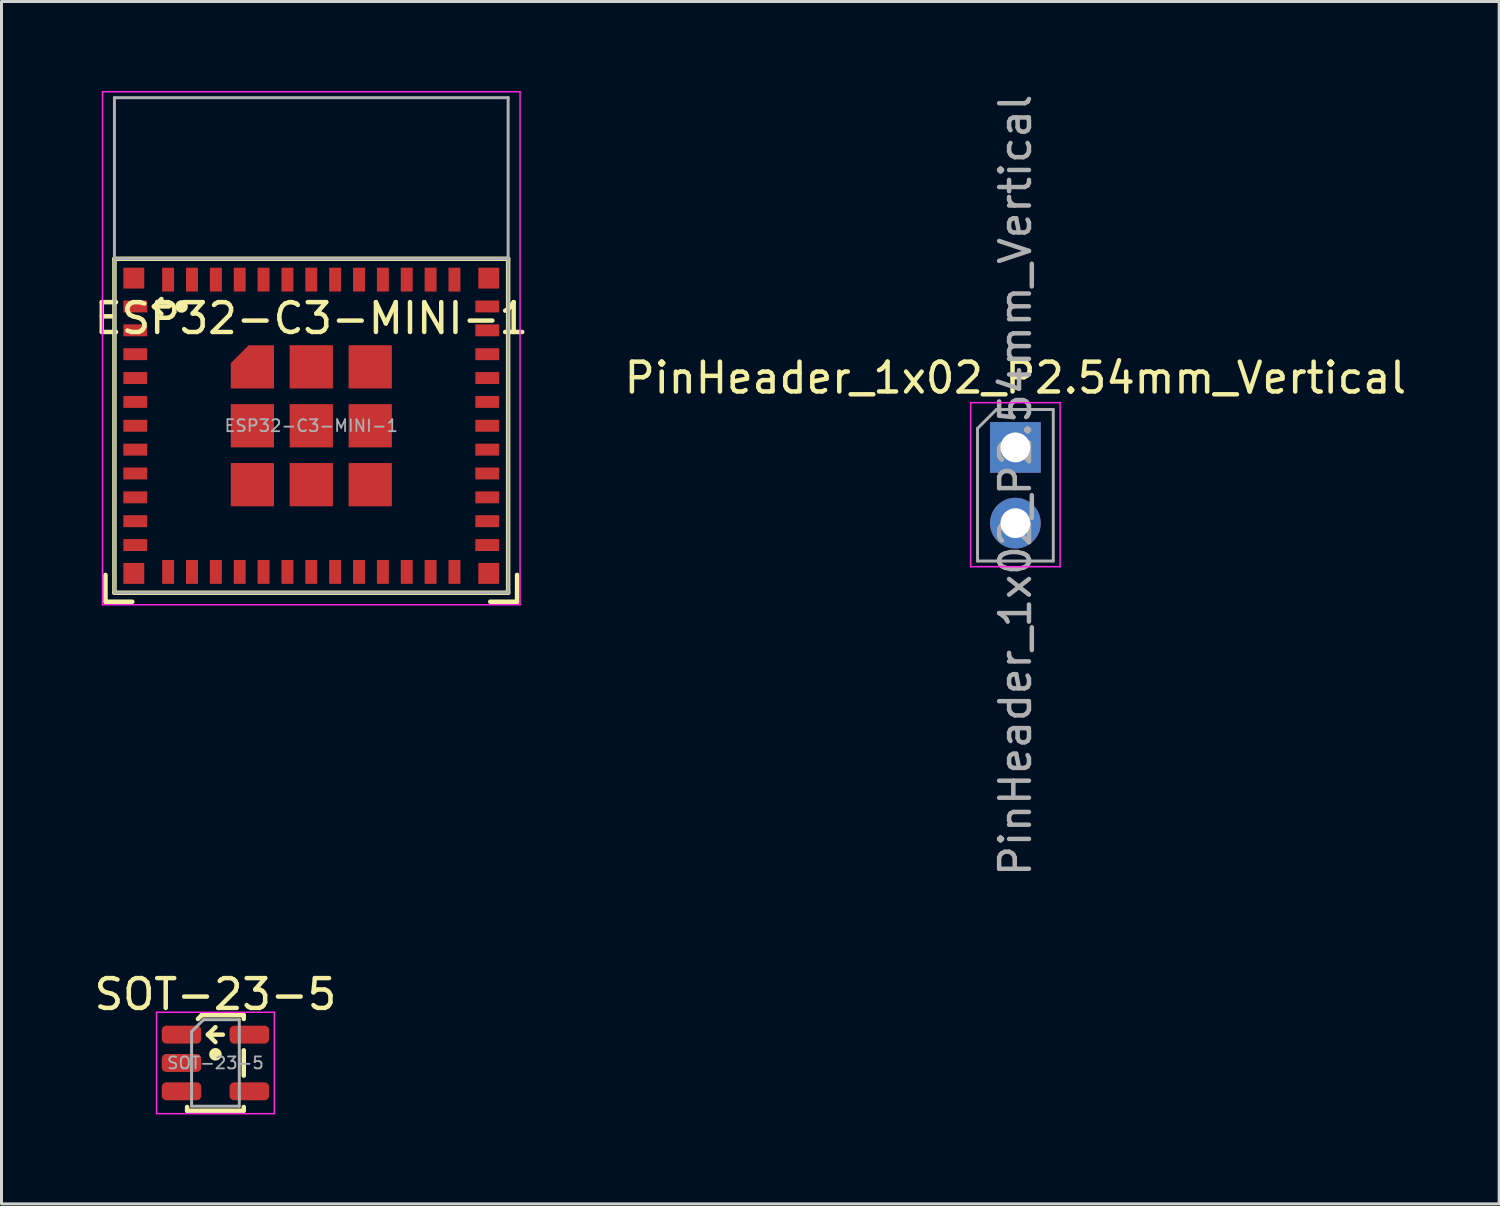
<source format=kicad_pcb>
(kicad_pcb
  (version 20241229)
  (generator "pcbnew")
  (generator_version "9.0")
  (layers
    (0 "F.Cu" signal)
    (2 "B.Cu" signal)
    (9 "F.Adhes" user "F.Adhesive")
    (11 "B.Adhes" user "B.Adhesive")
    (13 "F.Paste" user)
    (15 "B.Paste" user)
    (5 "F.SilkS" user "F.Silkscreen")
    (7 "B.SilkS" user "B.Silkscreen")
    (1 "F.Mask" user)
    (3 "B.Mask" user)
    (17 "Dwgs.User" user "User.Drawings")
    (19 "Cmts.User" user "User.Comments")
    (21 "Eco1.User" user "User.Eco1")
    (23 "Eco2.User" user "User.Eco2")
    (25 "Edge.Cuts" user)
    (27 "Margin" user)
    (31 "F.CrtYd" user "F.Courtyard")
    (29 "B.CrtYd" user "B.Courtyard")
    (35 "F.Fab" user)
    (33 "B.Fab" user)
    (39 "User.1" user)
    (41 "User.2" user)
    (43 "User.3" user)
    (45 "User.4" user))
  (footprint "ESP32-C3-MINI-1"
    (layer "F.Cu")
    (at 7.387 8.525)
    (property "Reference" "ESP32-C3-MINI-1" (at 0 -0.9 180) (layer "F.SilkS") (effects (font (size 1 1) (thickness 0.15))))
    (attr smd)
    (fp_line (start -6.9 7.7) (end -6.9 8.6) (stroke (width 0.15) (type solid)) (layer "F.SilkS"))
    (fp_line (start -6.9 8.6) (end -6 8.6) (stroke (width 0.15) (type solid)) (layer "F.SilkS"))
    (fp_line (start -6.6 -2.9) (end 6.6 -2.9) (stroke (width 0.15) (type solid)) (layer "F.SilkS"))
    (fp_line (start -6.6 8.3) (end -6.6 -2.9) (stroke (width 0.15) (type solid)) (layer "F.SilkS"))
    (fp_line (start -5.275 -1.3) (end -5.025 -1.55) (stroke (width 0.15) (type default)) (layer "F.SilkS"))
    (fp_line (start -5.275 -1.3) (end -5.025 -1.05) (stroke (width 0.15) (type default)) (layer "F.SilkS"))
    (fp_line (start -5.275 -1.3) (end -4.775 -1.3) (stroke (width 0.15) (type default)) (layer "F.SilkS"))
    (fp_line (start 6.6 -2.9) (end 6.6 8.3) (stroke (width 0.15) (type solid)) (layer "F.SilkS"))
    (fp_line (start 6.6 8.3) (end -6.6 8.3) (stroke (width 0.15) (type solid)) (layer "F.SilkS"))
    (fp_line (start 6.9 7.7) (end 6.9 8.6) (stroke (width 0.15) (type solid)) (layer "F.SilkS"))
    (fp_line (start 6.9 8.6) (end 6 8.6) (stroke (width 0.15) (type solid)) (layer "F.SilkS"))
    (fp_circle (center -4.35 -1.3) (end -4.215 -1.3) (stroke (width 0.15) (type solid)) (fill yes) (layer "F.SilkS"))
    (fp_line (start -7 -8.5) (end 7 -8.5) (stroke (width 0.05) (type solid)) (layer "F.CrtYd"))
    (fp_line (start -7 8.7) (end -7 -8.5) (stroke (width 0.05) (type solid)) (layer "F.CrtYd"))
    (fp_line (start 7 -8.5) (end 7 8.7) (stroke (width 0.05) (type solid)) (layer "F.CrtYd"))
    (fp_line (start 7 8.7) (end -7 8.7) (stroke (width 0.05) (type solid)) (layer "F.CrtYd"))
    (fp_line (start -6.6 8.3) (end -6.6 -8.3) (stroke (width 0.1) (type solid)) (layer "F.Fab"))
    (fp_line (start -6.6 8.3) (end 6.6 8.3) (stroke (width 0.1) (type solid)) (layer "F.Fab"))
    (fp_line (start 6.6 -8.3) (end -6.6 -8.3) (stroke (width 0.1) (type solid)) (layer "F.Fab"))
    (fp_line (start 6.6 -2.9) (end -6.6 -2.9) (stroke (width 0.1) (type solid)) (layer "F.Fab"))
    (fp_line (start 6.6 8.3) (end 6.6 -8.3) (stroke (width 0.1) (type solid)) (layer "F.Fab"))
    (fp_text user "${REFERENCE}" (at 0 2.7 180) (layer "F.Fab") (effects (font (size 0.4 0.4) (thickness 0.06))))
    (pad "1" smd rect (at -5.9 -1.3 90) (size 0.4 0.8) (layers "F.Cu" "F.Mask" "F.Paste"))
    (pad "2" smd rect (at -5.9 -0.5 90) (size 0.4 0.8) (layers "F.Cu" "F.Mask" "F.Paste"))
    (pad "3" smd rect (at -5.9 0.3 90) (size 0.4 0.8) (layers "F.Cu" "F.Mask" "F.Paste"))
    (pad "4" smd rect (at -5.9 1.1 90) (size 0.4 0.8) (layers "F.Cu" "F.Mask" "F.Paste"))
    (pad "5" smd rect (at -5.9 1.9 90) (size 0.4 0.8) (layers "F.Cu" "F.Mask" "F.Paste"))
    (pad "6" smd rect (at -5.9 2.7 90) (size 0.4 0.8) (layers "F.Cu" "F.Mask" "F.Paste"))
    (pad "7" smd rect (at -5.9 3.5 90) (size 0.4 0.8) (layers "F.Cu" "F.Mask" "F.Paste"))
    (pad "8" smd rect (at -5.9 4.3 90) (size 0.4 0.8) (layers "F.Cu" "F.Mask" "F.Paste"))
    (pad "9" smd rect (at -5.9 5.1 90) (size 0.4 0.8) (layers "F.Cu" "F.Mask" "F.Paste"))
    (pad "10" smd rect (at -5.9 5.9 90) (size 0.4 0.8) (layers "F.Cu" "F.Mask" "F.Paste"))
    (pad "11" smd rect (at -5.9 6.7 90) (size 0.4 0.8) (layers "F.Cu" "F.Mask" "F.Paste"))
    (pad "12" smd rect (at -4.8 7.6) (size 0.4 0.8) (layers "F.Cu" "F.Mask" "F.Paste"))
    (pad "13" smd rect (at -4 7.6) (size 0.4 0.8) (layers "F.Cu" "F.Mask" "F.Paste"))
    (pad "14" smd rect (at -3.2 7.6) (size 0.4 0.8) (layers "F.Cu" "F.Mask" "F.Paste"))
    (pad "15" smd rect (at -2.4 7.6) (size 0.4 0.8) (layers "F.Cu" "F.Mask" "F.Paste"))
    (pad "16" smd rect (at -1.6 7.6) (size 0.4 0.8) (layers "F.Cu" "F.Mask" "F.Paste"))
    (pad "17" smd rect (at -0.8 7.6) (size 0.4 0.8) (layers "F.Cu" "F.Mask" "F.Paste"))
    (pad "18" smd rect (at 0 7.6) (size 0.4 0.8) (layers "F.Cu" "F.Mask" "F.Paste"))
    (pad "19" smd rect (at 0.8 7.6) (size 0.4 0.8) (layers "F.Cu" "F.Mask" "F.Paste"))
    (pad "20" smd rect (at 1.6 7.6) (size 0.4 0.8) (layers "F.Cu" "F.Mask" "F.Paste"))
    (pad "21" smd rect (at 2.4 7.6) (size 0.4 0.8) (layers "F.Cu" "F.Mask" "F.Paste"))
    (pad "22" smd rect (at 3.2 7.6) (size 0.4 0.8) (layers "F.Cu" "F.Mask" "F.Paste"))
    (pad "23" smd rect (at 4 7.6) (size 0.4 0.8) (layers "F.Cu" "F.Mask" "F.Paste"))
    (pad "24" smd rect (at 4.8 7.6) (size 0.4 0.8) (layers "F.Cu" "F.Mask" "F.Paste"))
    (pad "25" smd rect (at 5.9 6.7 90) (size 0.4 0.8) (layers "F.Cu" "F.Mask" "F.Paste"))
    (pad "26" smd rect (at 5.9 5.9 90) (size 0.4 0.8) (layers "F.Cu" "F.Mask" "F.Paste"))
    (pad "27" smd rect (at 5.9 5.1 90) (size 0.4 0.8) (layers "F.Cu" "F.Mask" "F.Paste"))
    (pad "28" smd rect (at 5.9 4.3 90) (size 0.4 0.8) (layers "F.Cu" "F.Mask" "F.Paste"))
    (pad "29" smd rect (at 5.9 3.5 90) (size 0.4 0.8) (layers "F.Cu" "F.Mask" "F.Paste"))
    (pad "30" smd rect (at 5.9 2.7 90) (size 0.4 0.8) (layers "F.Cu" "F.Mask" "F.Paste"))
    (pad "31" smd rect (at 5.9 1.9 90) (size 0.4 0.8) (layers "F.Cu" "F.Mask" "F.Paste"))
    (pad "32" smd rect (at 5.9 1.1 90) (size 0.4 0.8) (layers "F.Cu" "F.Mask" "F.Paste"))
    (pad "33" smd rect (at 5.9 0.3 90) (size 0.4 0.8) (layers "F.Cu" "F.Mask" "F.Paste"))
    (pad "34" smd rect (at 5.9 -0.5 90) (size 0.4 0.8) (layers "F.Cu" "F.Mask" "F.Paste"))
    (pad "35" smd rect (at 5.9 -1.3 90) (size 0.4 0.8) (layers "F.Cu" "F.Mask" "F.Paste"))
    (pad "36" smd rect (at 4.8 -2.2) (size 0.4 0.8) (layers "F.Cu" "F.Mask" "F.Paste"))
    (pad "37" smd rect (at 4 -2.2) (size 0.4 0.8) (layers "F.Cu" "F.Mask" "F.Paste"))
    (pad "38" smd rect (at 3.2 -2.2) (size 0.4 0.8) (layers "F.Cu" "F.Mask" "F.Paste"))
    (pad "39" smd rect (at 2.4 -2.2) (size 0.4 0.8) (layers "F.Cu" "F.Mask" "F.Paste"))
    (pad "40" smd rect (at 1.6 -2.2) (size 0.4 0.8) (layers "F.Cu" "F.Mask" "F.Paste"))
    (pad "41" smd rect (at 0.8 -2.2) (size 0.4 0.8) (layers "F.Cu" "F.Mask" "F.Paste"))
    (pad "42" smd rect (at 0 -2.2) (size 0.4 0.8) (layers "F.Cu" "F.Mask" "F.Paste"))
    (pad "43" smd rect (at -0.8 -2.2) (size 0.4 0.8) (layers "F.Cu" "F.Mask" "F.Paste"))
    (pad "44" smd rect (at -1.6 -2.2) (size 0.4 0.8) (layers "F.Cu" "F.Mask" "F.Paste"))
    (pad "45" smd rect (at -2.4 -2.2) (size 0.4 0.8) (layers "F.Cu" "F.Mask" "F.Paste"))
    (pad "46" smd rect (at -3.2 -2.2) (size 0.4 0.8) (layers "F.Cu" "F.Mask" "F.Paste"))
    (pad "47" smd rect (at -4 -2.2) (size 0.4 0.8) (layers "F.Cu" "F.Mask" "F.Paste"))
    (pad "48" smd rect (at -4.8 -2.2) (size 0.4 0.8) (layers "F.Cu" "F.Mask" "F.Paste"))
    (pad "49" smd custom (at -1.975 0.725) (size 0.8 0.8) (layers "F.Cu" "F.Mask" "F.Paste") (options (anchor rect)) (primitives (gr_poly (pts (xy 0.725 0.725) (xy -0.725 0.725) (xy -0.725 -0.125) (xy -0.125 -0.725) (xy 0.725 -0.725)) (width 0) (fill yes))))
    (pad "49" smd rect (at -1.975 2.7 90) (size 1.45 1.45) (layers "F.Cu" "F.Mask" "F.Paste"))
    (pad "49" smd rect (at -1.975 4.675 90) (size 1.45 1.45) (layers "F.Cu" "F.Mask" "F.Paste"))
    (pad "49" smd rect (at 0 0.725 90) (size 1.45 1.45) (layers "F.Cu" "F.Mask" "F.Paste"))
    (pad "49" smd rect (at 0 2.7 90) (size 1.45 1.45) (layers "F.Cu" "F.Mask" "F.Paste"))
    (pad "49" smd rect (at 0 4.675 90) (size 1.45 1.45) (layers "F.Cu" "F.Mask" "F.Paste"))
    (pad "49" smd rect (at 1.975 0.725 90) (size 1.45 1.45) (layers "F.Cu" "F.Mask" "F.Paste"))
    (pad "49" smd rect (at 1.975 2.7 90) (size 1.45 1.45) (layers "F.Cu" "F.Mask" "F.Paste"))
    (pad "49" smd rect (at 1.975 4.675 90) (size 1.45 1.45) (layers "F.Cu" "F.Mask" "F.Paste"))
    (pad "50" smd rect (at 5.95 -2.25 90) (size 0.7 0.7) (layers "F.Cu" "F.Mask" "F.Paste"))
    (pad "51" smd rect (at 5.95 7.65 90) (size 0.7 0.7) (layers "F.Cu" "F.Mask" "F.Paste"))
    (pad "52" smd rect (at -5.95 7.65 90) (size 0.7 0.7) (layers "F.Cu" "F.Mask" "F.Paste"))
    (pad "53" smd rect (at -5.95 -2.25 90) (size 0.7 0.7) (layers "F.Cu" "F.Mask" "F.Paste")))
  (footprint "SOT-23-5"
    (layer "F.Cu")
    (at 4.173 32.589)
    (property "Reference" "SOT-23-5" (at 0 -2.3 180) (layer "F.SilkS") (effects (font (size 1 1) (thickness 0.15))))
    (attr smd)
    (fp_line (start -0.95 1.475) (end -0.95 1.6) (stroke (width 0.15) (type solid)) (layer "F.SilkS"))
    (fp_line (start -0.463 -1.6) (end -0.588 -1.475) (stroke (width 0.15) (type solid)) (layer "F.SilkS"))
    (fp_line (start -0.25 -0.95) (end 0 -1.2) (stroke (width 0.15) (type default)) (layer "F.SilkS"))
    (fp_line (start -0.25 -0.95) (end 0 -0.7) (stroke (width 0.15) (type default)) (layer "F.SilkS"))
    (fp_line (start -0.25 -0.95) (end 0.25 -0.95) (stroke (width 0.15) (type default)) (layer "F.SilkS"))
    (fp_line (start 0.95 -1.6) (end -0.463 -1.6) (stroke (width 0.15) (type solid)) (layer "F.SilkS"))
    (fp_line (start 0.95 -1.6) (end 0.95 -1.475) (stroke (width 0.15) (type solid)) (layer "F.SilkS"))
    (fp_line (start 0.95 -0.425) (end 0.95 0.425) (stroke (width 0.15) (type solid)) (layer "F.SilkS"))
    (fp_line (start 0.95 1.475) (end 0.95 1.6) (stroke (width 0.15) (type solid)) (layer "F.SilkS"))
    (fp_line (start 0.95 1.6) (end -0.95 1.6) (stroke (width 0.15) (type solid)) (layer "F.SilkS"))
    (fp_circle (center 0 -0.29) (end 0.135 -0.29) (stroke (width 0.15) (type solid)) (fill yes) (layer "F.SilkS"))
    (fp_line (start -1.975 -1.7) (end -1.975 1.7) (stroke (width 0.05) (type solid)) (layer "F.CrtYd"))
    (fp_line (start -1.975 1.7) (end 1.975 1.7) (stroke (width 0.05) (type solid)) (layer "F.CrtYd"))
    (fp_line (start 1.975 -1.7) (end -1.975 -1.7) (stroke (width 0.05) (type solid)) (layer "F.CrtYd"))
    (fp_line (start 1.975 1.7) (end 1.975 -1.7) (stroke (width 0.05) (type solid)) (layer "F.CrtYd"))
    (fp_line (start -0.8 -1.05) (end -0.4 -1.45) (stroke (width 0.1) (type solid)) (layer "F.Fab"))
    (fp_line (start -0.8 1.45) (end -0.8 -1.05) (stroke (width 0.1) (type solid)) (layer "F.Fab"))
    (fp_line (start -0.4 -1.45) (end 0.8 -1.45) (stroke (width 0.1) (type solid)) (layer "F.Fab"))
    (fp_line (start 0.8 -1.45) (end 0.8 1.45) (stroke (width 0.1) (type solid)) (layer "F.Fab"))
    (fp_line (start 0.8 1.45) (end -0.8 1.45) (stroke (width 0.1) (type solid)) (layer "F.Fab"))
    (fp_text user "${REFERENCE}" (at 0 0 180) (layer "F.Fab") (effects (font (size 0.4 0.4) (thickness 0.06))))
    (pad "1" smd roundrect (at -1.137 -0.95) (size 1.325 0.6) (layers "F.Cu" "F.Mask" "F.Paste") (roundrect_rratio 0.25))
    (pad "2" smd roundrect (at -1.137 0) (size 1.325 0.6) (layers "F.Cu" "F.Mask" "F.Paste") (roundrect_rratio 0.25))
    (pad "3" smd roundrect (at -1.137 0.95) (size 1.325 0.6) (layers "F.Cu" "F.Mask" "F.Paste") (roundrect_rratio 0.25))
    (pad "4" smd roundrect (at 1.137 0.95) (size 1.325 0.6) (layers "F.Cu" "F.Mask" "F.Paste") (roundrect_rratio 0.25))
    (pad "5" smd roundrect (at 1.137 -0.95) (size 1.325 0.6) (layers "F.Cu" "F.Mask" "F.Paste") (roundrect_rratio 0.25)))
  (footprint "PinHeader_1x02_P2.54mm_Vertical"
    (layer "F.Cu")
    (at 30.994 11.95)
    (property "Reference" "PinHeader_1x02_P2.54mm_Vertical" (at 0 -2.33 0) (layer "F.SilkS") (effects (font (size 1 1) (thickness 0.15))))
    (attr through_hole)
    (fp_line (start -1.5 -1.5) (end -1.5 4) (stroke (width 0.05) (type solid)) (layer "F.CrtYd"))
    (fp_line (start -1.5 4) (end 1.5 4) (stroke (width 0.05) (type solid)) (layer "F.CrtYd"))
    (fp_line (start 1.5 -1.5) (end -1.5 -1.5) (stroke (width 0.05) (type solid)) (layer "F.CrtYd"))
    (fp_line (start 1.5 4) (end 1.5 -1.5) (stroke (width 0.05) (type solid)) (layer "F.CrtYd"))
    (fp_line (start -1.27 -0.635) (end -0.635 -1.27) (stroke (width 0.1) (type solid)) (layer "F.Fab"))
    (fp_line (start -1.27 3.81) (end -1.27 -0.635) (stroke (width 0.1) (type solid)) (layer "F.Fab"))
    (fp_line (start -0.635 -1.27) (end 1.27 -1.27) (stroke (width 0.1) (type solid)) (layer "F.Fab"))
    (fp_line (start 1.27 -1.27) (end 1.27 3.81) (stroke (width 0.1) (type solid)) (layer "F.Fab"))
    (fp_line (start 1.27 3.81) (end -1.27 3.81) (stroke (width 0.1) (type solid)) (layer "F.Fab"))
    (fp_text user "${REFERENCE}" (at 0 1.27 90) (layer "F.Fab") (effects (font (size 1 1) (thickness 0.15))))
    (pad "1" thru_hole rect (at 0 0) (size 1.7 1.7) (drill 1) (layers "*.Cu" "*.Mask"))
    (pad "2" thru_hole oval (at 0 2.54) (size 1.7 1.7) (drill 1) (layers "*.Cu" "*.Mask")))
  (gr_rect
    (start -3 -3)
    (end 47.214 37.314)
    (stroke (width 0.1) (type default))
    (fill no)
    (layer "Edge.Cuts")))
</source>
